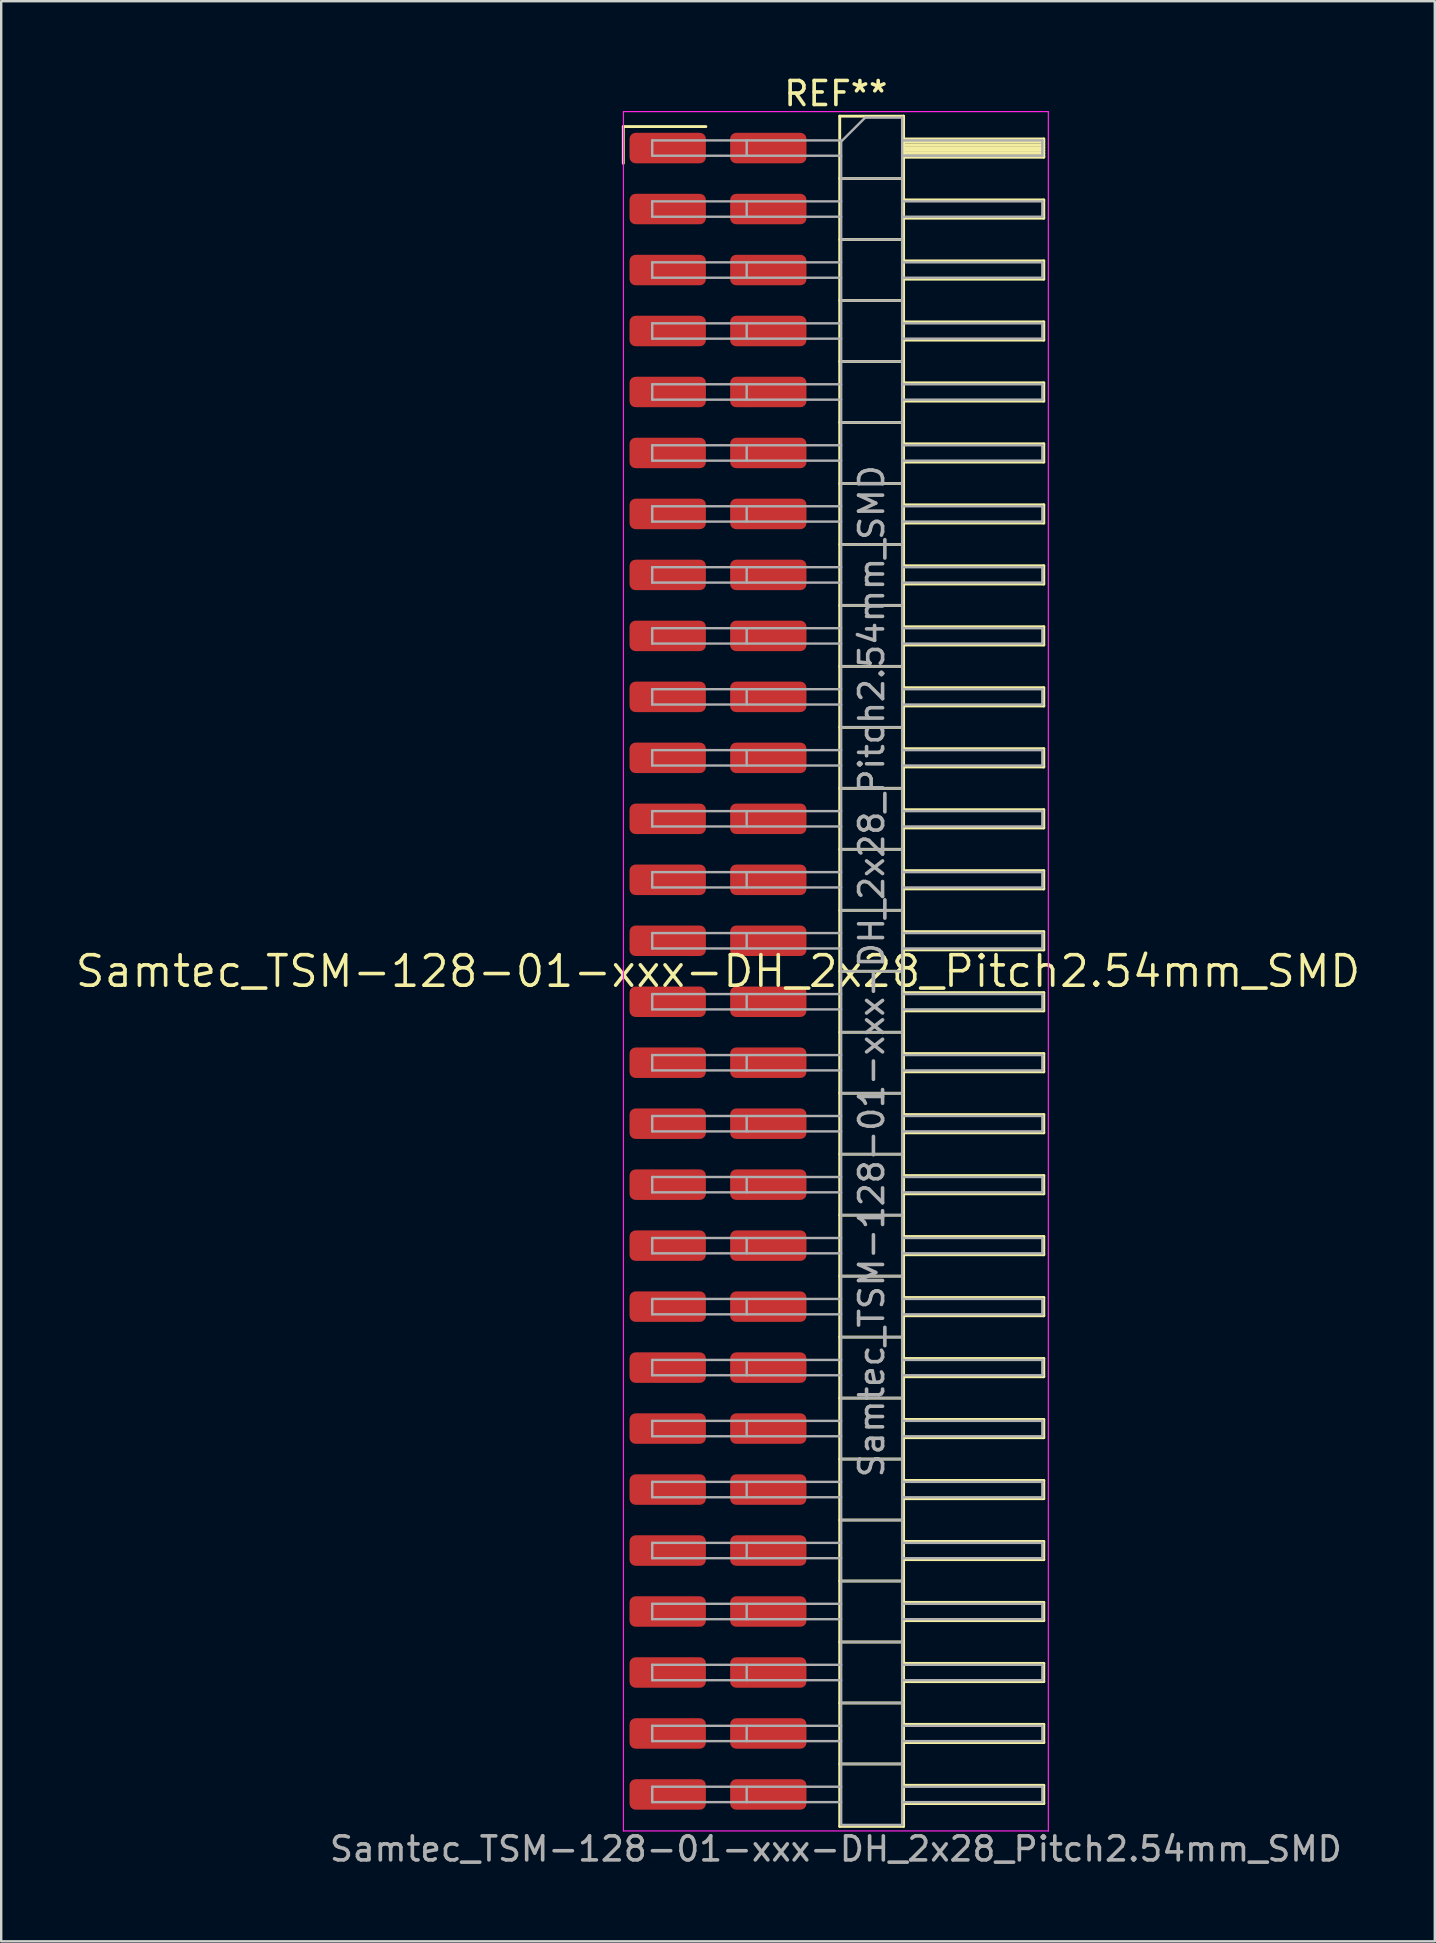
<source format=kicad_pcb>
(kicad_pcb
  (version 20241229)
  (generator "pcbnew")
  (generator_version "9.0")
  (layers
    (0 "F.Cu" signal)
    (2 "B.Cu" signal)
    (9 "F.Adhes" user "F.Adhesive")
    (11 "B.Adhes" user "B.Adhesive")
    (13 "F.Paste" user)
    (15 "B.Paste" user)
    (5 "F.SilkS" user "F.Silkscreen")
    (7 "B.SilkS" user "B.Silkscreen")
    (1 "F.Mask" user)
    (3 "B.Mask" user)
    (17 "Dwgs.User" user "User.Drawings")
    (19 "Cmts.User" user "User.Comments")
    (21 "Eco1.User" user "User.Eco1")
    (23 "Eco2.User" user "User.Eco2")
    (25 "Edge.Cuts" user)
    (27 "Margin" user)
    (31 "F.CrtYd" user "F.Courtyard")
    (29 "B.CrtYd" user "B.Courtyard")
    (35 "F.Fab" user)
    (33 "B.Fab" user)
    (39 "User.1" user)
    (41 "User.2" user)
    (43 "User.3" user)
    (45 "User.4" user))
  (footprint "Samtec_TSM-128-01-xxx-DH_2x28_Pitch2.54mm_SMD"
    (layer "F.Cu")
    (at 26.859 37.408)
    (property "Reference" "Samtec_TSM-128-01-xxx-DH_2x28_Pitch2.54mm_SMD" (at 0 0 0) (layer "F.SilkS") (effects (font (size 1.27 1.27) (thickness 0.15))))
    (attr smd)
    (fp_line (start -3.945 -35.185) (end -0.505 -35.185) (stroke (width 0.12) (type solid)) (layer "F.SilkS"))
    (fp_line (start -3.945 -33.655) (end -3.945 -35.185) (stroke (width 0.12) (type solid)) (layer "F.SilkS"))
    (fp_line (start 5.07 -35.62) (end 7.73 -35.62) (stroke (width 0.12) (type solid)) (layer "F.SilkS"))
    (fp_line (start 5.07 -33.02) (end 7.73 -33.02) (stroke (width 0.12) (type solid)) (layer "F.SilkS"))
    (fp_line (start 5.07 -30.48) (end 7.73 -30.48) (stroke (width 0.12) (type solid)) (layer "F.SilkS"))
    (fp_line (start 5.07 -27.94) (end 7.73 -27.94) (stroke (width 0.12) (type solid)) (layer "F.SilkS"))
    (fp_line (start 5.07 -25.4) (end 7.73 -25.4) (stroke (width 0.12) (type solid)) (layer "F.SilkS"))
    (fp_line (start 5.07 -22.86) (end 7.73 -22.86) (stroke (width 0.12) (type solid)) (layer "F.SilkS"))
    (fp_line (start 5.07 -20.32) (end 7.73 -20.32) (stroke (width 0.12) (type solid)) (layer "F.SilkS"))
    (fp_line (start 5.07 -17.78) (end 7.73 -17.78) (stroke (width 0.12) (type solid)) (layer "F.SilkS"))
    (fp_line (start 5.07 -15.24) (end 7.73 -15.24) (stroke (width 0.12) (type solid)) (layer "F.SilkS"))
    (fp_line (start 5.07 -12.7) (end 7.73 -12.7) (stroke (width 0.12) (type solid)) (layer "F.SilkS"))
    (fp_line (start 5.07 -10.16) (end 7.73 -10.16) (stroke (width 0.12) (type solid)) (layer "F.SilkS"))
    (fp_line (start 5.07 -7.62) (end 7.73 -7.62) (stroke (width 0.12) (type solid)) (layer "F.SilkS"))
    (fp_line (start 5.07 -5.08) (end 7.73 -5.08) (stroke (width 0.12) (type solid)) (layer "F.SilkS"))
    (fp_line (start 5.07 -2.54) (end 7.73 -2.54) (stroke (width 0.12) (type solid)) (layer "F.SilkS"))
    (fp_line (start 5.07 0) (end 7.73 0) (stroke (width 0.12) (type solid)) (layer "F.SilkS"))
    (fp_line (start 5.07 2.54) (end 7.73 2.54) (stroke (width 0.12) (type solid)) (layer "F.SilkS"))
    (fp_line (start 5.07 5.08) (end 7.73 5.08) (stroke (width 0.12) (type solid)) (layer "F.SilkS"))
    (fp_line (start 5.07 7.62) (end 7.73 7.62) (stroke (width 0.12) (type solid)) (layer "F.SilkS"))
    (fp_line (start 5.07 10.16) (end 7.73 10.16) (stroke (width 0.12) (type solid)) (layer "F.SilkS"))
    (fp_line (start 5.07 12.7) (end 7.73 12.7) (stroke (width 0.12) (type solid)) (layer "F.SilkS"))
    (fp_line (start 5.07 15.24) (end 7.73 15.24) (stroke (width 0.12) (type solid)) (layer "F.SilkS"))
    (fp_line (start 5.07 17.78) (end 7.73 17.78) (stroke (width 0.12) (type solid)) (layer "F.SilkS"))
    (fp_line (start 5.07 20.32) (end 7.73 20.32) (stroke (width 0.12) (type solid)) (layer "F.SilkS"))
    (fp_line (start 5.07 22.86) (end 7.73 22.86) (stroke (width 0.12) (type solid)) (layer "F.SilkS"))
    (fp_line (start 5.07 25.4) (end 7.73 25.4) (stroke (width 0.12) (type solid)) (layer "F.SilkS"))
    (fp_line (start 5.07 27.94) (end 7.73 27.94) (stroke (width 0.12) (type solid)) (layer "F.SilkS"))
    (fp_line (start 5.07 30.48) (end 7.73 30.48) (stroke (width 0.12) (type solid)) (layer "F.SilkS"))
    (fp_line (start 5.07 33.02) (end 7.73 33.02) (stroke (width 0.12) (type solid)) (layer "F.SilkS"))
    (fp_line (start 5.07 35.62) (end 5.07 -35.62) (stroke (width 0.12) (type solid)) (layer "F.SilkS"))
    (fp_line (start 7.73 -35.62) (end 7.73 35.62) (stroke (width 0.12) (type solid)) (layer "F.SilkS"))
    (fp_line (start 7.73 -34.67) (end 13.57 -34.67) (stroke (width 0.12) (type solid)) (layer "F.SilkS"))
    (fp_line (start 7.73 -34.55) (end 13.57 -34.55) (stroke (width 0.12) (type solid)) (layer "F.SilkS"))
    (fp_line (start 7.73 -34.43) (end 13.57 -34.43) (stroke (width 0.12) (type solid)) (layer "F.SilkS"))
    (fp_line (start 7.73 -34.31) (end 13.57 -34.31) (stroke (width 0.12) (type solid)) (layer "F.SilkS"))
    (fp_line (start 7.73 -34.19) (end 13.57 -34.19) (stroke (width 0.12) (type solid)) (layer "F.SilkS"))
    (fp_line (start 7.73 -34.07) (end 13.57 -34.07) (stroke (width 0.12) (type solid)) (layer "F.SilkS"))
    (fp_line (start 7.73 -33.95) (end 13.57 -33.95) (stroke (width 0.12) (type solid)) (layer "F.SilkS"))
    (fp_line (start 7.73 -33.91) (end 13.57 -33.91) (stroke (width 0.12) (type solid)) (layer "F.SilkS"))
    (fp_line (start 7.73 -32.13) (end 13.57 -32.13) (stroke (width 0.12) (type solid)) (layer "F.SilkS"))
    (fp_line (start 7.73 -31.37) (end 13.57 -31.37) (stroke (width 0.12) (type solid)) (layer "F.SilkS"))
    (fp_line (start 7.73 -29.59) (end 13.57 -29.59) (stroke (width 0.12) (type solid)) (layer "F.SilkS"))
    (fp_line (start 7.73 -28.83) (end 13.57 -28.83) (stroke (width 0.12) (type solid)) (layer "F.SilkS"))
    (fp_line (start 7.73 -27.05) (end 13.57 -27.05) (stroke (width 0.12) (type solid)) (layer "F.SilkS"))
    (fp_line (start 7.73 -26.29) (end 13.57 -26.29) (stroke (width 0.12) (type solid)) (layer "F.SilkS"))
    (fp_line (start 7.73 -24.51) (end 13.57 -24.51) (stroke (width 0.12) (type solid)) (layer "F.SilkS"))
    (fp_line (start 7.73 -23.75) (end 13.57 -23.75) (stroke (width 0.12) (type solid)) (layer "F.SilkS"))
    (fp_line (start 7.73 -21.97) (end 13.57 -21.97) (stroke (width 0.12) (type solid)) (layer "F.SilkS"))
    (fp_line (start 7.73 -21.21) (end 13.57 -21.21) (stroke (width 0.12) (type solid)) (layer "F.SilkS"))
    (fp_line (start 7.73 -19.43) (end 13.57 -19.43) (stroke (width 0.12) (type solid)) (layer "F.SilkS"))
    (fp_line (start 7.73 -18.67) (end 13.57 -18.67) (stroke (width 0.12) (type solid)) (layer "F.SilkS"))
    (fp_line (start 7.73 -16.89) (end 13.57 -16.89) (stroke (width 0.12) (type solid)) (layer "F.SilkS"))
    (fp_line (start 7.73 -16.13) (end 13.57 -16.13) (stroke (width 0.12) (type solid)) (layer "F.SilkS"))
    (fp_line (start 7.73 -14.35) (end 13.57 -14.35) (stroke (width 0.12) (type solid)) (layer "F.SilkS"))
    (fp_line (start 7.73 -13.59) (end 13.57 -13.59) (stroke (width 0.12) (type solid)) (layer "F.SilkS"))
    (fp_line (start 7.73 -11.81) (end 13.57 -11.81) (stroke (width 0.12) (type solid)) (layer "F.SilkS"))
    (fp_line (start 7.73 -11.05) (end 13.57 -11.05) (stroke (width 0.12) (type solid)) (layer "F.SilkS"))
    (fp_line (start 7.73 -9.27) (end 13.57 -9.27) (stroke (width 0.12) (type solid)) (layer "F.SilkS"))
    (fp_line (start 7.73 -8.51) (end 13.57 -8.51) (stroke (width 0.12) (type solid)) (layer "F.SilkS"))
    (fp_line (start 7.73 -6.73) (end 13.57 -6.73) (stroke (width 0.12) (type solid)) (layer "F.SilkS"))
    (fp_line (start 7.73 -5.97) (end 13.57 -5.97) (stroke (width 0.12) (type solid)) (layer "F.SilkS"))
    (fp_line (start 7.73 -4.19) (end 13.57 -4.19) (stroke (width 0.12) (type solid)) (layer "F.SilkS"))
    (fp_line (start 7.73 -3.43) (end 13.57 -3.43) (stroke (width 0.12) (type solid)) (layer "F.SilkS"))
    (fp_line (start 7.73 -1.65) (end 13.57 -1.65) (stroke (width 0.12) (type solid)) (layer "F.SilkS"))
    (fp_line (start 7.73 -0.89) (end 13.57 -0.89) (stroke (width 0.12) (type solid)) (layer "F.SilkS"))
    (fp_line (start 7.73 0.89) (end 13.57 0.89) (stroke (width 0.12) (type solid)) (layer "F.SilkS"))
    (fp_line (start 7.73 1.65) (end 13.57 1.65) (stroke (width 0.12) (type solid)) (layer "F.SilkS"))
    (fp_line (start 7.73 3.43) (end 13.57 3.43) (stroke (width 0.12) (type solid)) (layer "F.SilkS"))
    (fp_line (start 7.73 4.19) (end 13.57 4.19) (stroke (width 0.12) (type solid)) (layer "F.SilkS"))
    (fp_line (start 7.73 5.97) (end 13.57 5.97) (stroke (width 0.12) (type solid)) (layer "F.SilkS"))
    (fp_line (start 7.73 6.73) (end 13.57 6.73) (stroke (width 0.12) (type solid)) (layer "F.SilkS"))
    (fp_line (start 7.73 8.51) (end 13.57 8.51) (stroke (width 0.12) (type solid)) (layer "F.SilkS"))
    (fp_line (start 7.73 9.27) (end 13.57 9.27) (stroke (width 0.12) (type solid)) (layer "F.SilkS"))
    (fp_line (start 7.73 11.05) (end 13.57 11.05) (stroke (width 0.12) (type solid)) (layer "F.SilkS"))
    (fp_line (start 7.73 11.81) (end 13.57 11.81) (stroke (width 0.12) (type solid)) (layer "F.SilkS"))
    (fp_line (start 7.73 13.59) (end 13.57 13.59) (stroke (width 0.12) (type solid)) (layer "F.SilkS"))
    (fp_line (start 7.73 14.35) (end 13.57 14.35) (stroke (width 0.12) (type solid)) (layer "F.SilkS"))
    (fp_line (start 7.73 16.13) (end 13.57 16.13) (stroke (width 0.12) (type solid)) (layer "F.SilkS"))
    (fp_line (start 7.73 16.89) (end 13.57 16.89) (stroke (width 0.12) (type solid)) (layer "F.SilkS"))
    (fp_line (start 7.73 18.67) (end 13.57 18.67) (stroke (width 0.12) (type solid)) (layer "F.SilkS"))
    (fp_line (start 7.73 19.43) (end 13.57 19.43) (stroke (width 0.12) (type solid)) (layer "F.SilkS"))
    (fp_line (start 7.73 21.21) (end 13.57 21.21) (stroke (width 0.12) (type solid)) (layer "F.SilkS"))
    (fp_line (start 7.73 21.97) (end 13.57 21.97) (stroke (width 0.12) (type solid)) (layer "F.SilkS"))
    (fp_line (start 7.73 23.75) (end 13.57 23.75) (stroke (width 0.12) (type solid)) (layer "F.SilkS"))
    (fp_line (start 7.73 24.51) (end 13.57 24.51) (stroke (width 0.12) (type solid)) (layer "F.SilkS"))
    (fp_line (start 7.73 26.29) (end 13.57 26.29) (stroke (width 0.12) (type solid)) (layer "F.SilkS"))
    (fp_line (start 7.73 27.05) (end 13.57 27.05) (stroke (width 0.12) (type solid)) (layer "F.SilkS"))
    (fp_line (start 7.73 28.83) (end 13.57 28.83) (stroke (width 0.12) (type solid)) (layer "F.SilkS"))
    (fp_line (start 7.73 29.59) (end 13.57 29.59) (stroke (width 0.12) (type solid)) (layer "F.SilkS"))
    (fp_line (start 7.73 31.37) (end 13.57 31.37) (stroke (width 0.12) (type solid)) (layer "F.SilkS"))
    (fp_line (start 7.73 32.13) (end 13.57 32.13) (stroke (width 0.12) (type solid)) (layer "F.SilkS"))
    (fp_line (start 7.73 33.91) (end 13.57 33.91) (stroke (width 0.12) (type solid)) (layer "F.SilkS"))
    (fp_line (start 7.73 34.67) (end 13.57 34.67) (stroke (width 0.12) (type solid)) (layer "F.SilkS"))
    (fp_line (start 7.73 35.62) (end 5.07 35.62) (stroke (width 0.12) (type solid)) (layer "F.SilkS"))
    (fp_line (start 13.57 -34.67) (end 13.57 -33.91) (stroke (width 0.12) (type solid)) (layer "F.SilkS"))
    (fp_line (start 13.57 -32.13) (end 13.57 -31.37) (stroke (width 0.12) (type solid)) (layer "F.SilkS"))
    (fp_line (start 13.57 -29.59) (end 13.57 -28.83) (stroke (width 0.12) (type solid)) (layer "F.SilkS"))
    (fp_line (start 13.57 -27.05) (end 13.57 -26.29) (stroke (width 0.12) (type solid)) (layer "F.SilkS"))
    (fp_line (start 13.57 -24.51) (end 13.57 -23.75) (stroke (width 0.12) (type solid)) (layer "F.SilkS"))
    (fp_line (start 13.57 -21.97) (end 13.57 -21.21) (stroke (width 0.12) (type solid)) (layer "F.SilkS"))
    (fp_line (start 13.57 -19.43) (end 13.57 -18.67) (stroke (width 0.12) (type solid)) (layer "F.SilkS"))
    (fp_line (start 13.57 -16.89) (end 13.57 -16.13) (stroke (width 0.12) (type solid)) (layer "F.SilkS"))
    (fp_line (start 13.57 -14.35) (end 13.57 -13.59) (stroke (width 0.12) (type solid)) (layer "F.SilkS"))
    (fp_line (start 13.57 -11.81) (end 13.57 -11.05) (stroke (width 0.12) (type solid)) (layer "F.SilkS"))
    (fp_line (start 13.57 -9.27) (end 13.57 -8.51) (stroke (width 0.12) (type solid)) (layer "F.SilkS"))
    (fp_line (start 13.57 -6.73) (end 13.57 -5.97) (stroke (width 0.12) (type solid)) (layer "F.SilkS"))
    (fp_line (start 13.57 -4.19) (end 13.57 -3.43) (stroke (width 0.12) (type solid)) (layer "F.SilkS"))
    (fp_line (start 13.57 -1.65) (end 13.57 -0.89) (stroke (width 0.12) (type solid)) (layer "F.SilkS"))
    (fp_line (start 13.57 0.89) (end 13.57 1.65) (stroke (width 0.12) (type solid)) (layer "F.SilkS"))
    (fp_line (start 13.57 3.43) (end 13.57 4.19) (stroke (width 0.12) (type solid)) (layer "F.SilkS"))
    (fp_line (start 13.57 5.97) (end 13.57 6.73) (stroke (width 0.12) (type solid)) (layer "F.SilkS"))
    (fp_line (start 13.57 8.51) (end 13.57 9.27) (stroke (width 0.12) (type solid)) (layer "F.SilkS"))
    (fp_line (start 13.57 11.05) (end 13.57 11.81) (stroke (width 0.12) (type solid)) (layer "F.SilkS"))
    (fp_line (start 13.57 13.59) (end 13.57 14.35) (stroke (width 0.12) (type solid)) (layer "F.SilkS"))
    (fp_line (start 13.57 16.13) (end 13.57 16.89) (stroke (width 0.12) (type solid)) (layer "F.SilkS"))
    (fp_line (start 13.57 18.67) (end 13.57 19.43) (stroke (width 0.12) (type solid)) (layer "F.SilkS"))
    (fp_line (start 13.57 21.21) (end 13.57 21.97) (stroke (width 0.12) (type solid)) (layer "F.SilkS"))
    (fp_line (start 13.57 23.75) (end 13.57 24.51) (stroke (width 0.12) (type solid)) (layer "F.SilkS"))
    (fp_line (start 13.57 26.29) (end 13.57 27.05) (stroke (width 0.12) (type solid)) (layer "F.SilkS"))
    (fp_line (start 13.57 28.83) (end 13.57 29.59) (stroke (width 0.12) (type solid)) (layer "F.SilkS"))
    (fp_line (start 13.57 31.37) (end 13.57 32.13) (stroke (width 0.12) (type solid)) (layer "F.SilkS"))
    (fp_line (start 13.57 33.91) (end 13.57 34.67) (stroke (width 0.12) (type solid)) (layer "F.SilkS"))
    (fp_line (start -3.94 -35.81) (end 13.76 -35.81) (stroke (width 0.05) (type solid)) (layer "F.CrtYd"))
    (fp_line (start -3.94 35.81) (end -3.94 -35.81) (stroke (width 0.05) (type solid)) (layer "F.CrtYd"))
    (fp_line (start 13.76 -35.81) (end 13.76 35.81) (stroke (width 0.05) (type solid)) (layer "F.CrtYd"))
    (fp_line (start 13.76 35.81) (end -3.94 35.81) (stroke (width 0.05) (type solid)) (layer "F.CrtYd"))
    (fp_line (start -2.74 -34.61) (end -2.74 -33.97) (stroke (width 0.1) (type solid)) (layer "F.Fab"))
    (fp_line (start -2.74 -34.61) (end 5.13 -34.61) (stroke (width 0.1) (type solid)) (layer "F.Fab"))
    (fp_line (start -2.74 -33.97) (end 5.13 -33.97) (stroke (width 0.1) (type solid)) (layer "F.Fab"))
    (fp_line (start -2.74 -32.07) (end -2.74 -31.43) (stroke (width 0.1) (type solid)) (layer "F.Fab"))
    (fp_line (start -2.74 -32.07) (end 5.13 -32.07) (stroke (width 0.1) (type solid)) (layer "F.Fab"))
    (fp_line (start -2.74 -31.43) (end 5.13 -31.43) (stroke (width 0.1) (type solid)) (layer "F.Fab"))
    (fp_line (start -2.74 -29.53) (end -2.74 -28.89) (stroke (width 0.1) (type solid)) (layer "F.Fab"))
    (fp_line (start -2.74 -29.53) (end 5.13 -29.53) (stroke (width 0.1) (type solid)) (layer "F.Fab"))
    (fp_line (start -2.74 -28.89) (end 5.13 -28.89) (stroke (width 0.1) (type solid)) (layer "F.Fab"))
    (fp_line (start -2.74 -26.99) (end -2.74 -26.35) (stroke (width 0.1) (type solid)) (layer "F.Fab"))
    (fp_line (start -2.74 -26.99) (end 5.13 -26.99) (stroke (width 0.1) (type solid)) (layer "F.Fab"))
    (fp_line (start -2.74 -26.35) (end 5.13 -26.35) (stroke (width 0.1) (type solid)) (layer "F.Fab"))
    (fp_line (start -2.74 -24.45) (end -2.74 -23.81) (stroke (width 0.1) (type solid)) (layer "F.Fab"))
    (fp_line (start -2.74 -24.45) (end 5.13 -24.45) (stroke (width 0.1) (type solid)) (layer "F.Fab"))
    (fp_line (start -2.74 -23.81) (end 5.13 -23.81) (stroke (width 0.1) (type solid)) (layer "F.Fab"))
    (fp_line (start -2.74 -21.91) (end -2.74 -21.27) (stroke (width 0.1) (type solid)) (layer "F.Fab"))
    (fp_line (start -2.74 -21.91) (end 5.13 -21.91) (stroke (width 0.1) (type solid)) (layer "F.Fab"))
    (fp_line (start -2.74 -21.27) (end 5.13 -21.27) (stroke (width 0.1) (type solid)) (layer "F.Fab"))
    (fp_line (start -2.74 -19.37) (end -2.74 -18.73) (stroke (width 0.1) (type solid)) (layer "F.Fab"))
    (fp_line (start -2.74 -19.37) (end 5.13 -19.37) (stroke (width 0.1) (type solid)) (layer "F.Fab"))
    (fp_line (start -2.74 -18.73) (end 5.13 -18.73) (stroke (width 0.1) (type solid)) (layer "F.Fab"))
    (fp_line (start -2.74 -16.83) (end -2.74 -16.19) (stroke (width 0.1) (type solid)) (layer "F.Fab"))
    (fp_line (start -2.74 -16.83) (end 5.13 -16.83) (stroke (width 0.1) (type solid)) (layer "F.Fab"))
    (fp_line (start -2.74 -16.19) (end 5.13 -16.19) (stroke (width 0.1) (type solid)) (layer "F.Fab"))
    (fp_line (start -2.74 -14.29) (end -2.74 -13.65) (stroke (width 0.1) (type solid)) (layer "F.Fab"))
    (fp_line (start -2.74 -14.29) (end 5.13 -14.29) (stroke (width 0.1) (type solid)) (layer "F.Fab"))
    (fp_line (start -2.74 -13.65) (end 5.13 -13.65) (stroke (width 0.1) (type solid)) (layer "F.Fab"))
    (fp_line (start -2.74 -11.75) (end -2.74 -11.11) (stroke (width 0.1) (type solid)) (layer "F.Fab"))
    (fp_line (start -2.74 -11.75) (end 5.13 -11.75) (stroke (width 0.1) (type solid)) (layer "F.Fab"))
    (fp_line (start -2.74 -11.11) (end 5.13 -11.11) (stroke (width 0.1) (type solid)) (layer "F.Fab"))
    (fp_line (start -2.74 -9.21) (end -2.74 -8.57) (stroke (width 0.1) (type solid)) (layer "F.Fab"))
    (fp_line (start -2.74 -9.21) (end 5.13 -9.21) (stroke (width 0.1) (type solid)) (layer "F.Fab"))
    (fp_line (start -2.74 -8.57) (end 5.13 -8.57) (stroke (width 0.1) (type solid)) (layer "F.Fab"))
    (fp_line (start -2.74 -6.67) (end -2.74 -6.03) (stroke (width 0.1) (type solid)) (layer "F.Fab"))
    (fp_line (start -2.74 -6.67) (end 5.13 -6.67) (stroke (width 0.1) (type solid)) (layer "F.Fab"))
    (fp_line (start -2.74 -6.03) (end 5.13 -6.03) (stroke (width 0.1) (type solid)) (layer "F.Fab"))
    (fp_line (start -2.74 -4.13) (end -2.74 -3.49) (stroke (width 0.1) (type solid)) (layer "F.Fab"))
    (fp_line (start -2.74 -4.13) (end 5.13 -4.13) (stroke (width 0.1) (type solid)) (layer "F.Fab"))
    (fp_line (start -2.74 -3.49) (end 5.13 -3.49) (stroke (width 0.1) (type solid)) (layer "F.Fab"))
    (fp_line (start -2.74 -1.59) (end -2.74 -0.95) (stroke (width 0.1) (type solid)) (layer "F.Fab"))
    (fp_line (start -2.74 -1.59) (end 5.13 -1.59) (stroke (width 0.1) (type solid)) (layer "F.Fab"))
    (fp_line (start -2.74 -0.95) (end 5.13 -0.95) (stroke (width 0.1) (type solid)) (layer "F.Fab"))
    (fp_line (start -2.74 0.95) (end -2.74 1.59) (stroke (width 0.1) (type solid)) (layer "F.Fab"))
    (fp_line (start -2.74 0.95) (end 5.13 0.95) (stroke (width 0.1) (type solid)) (layer "F.Fab"))
    (fp_line (start -2.74 1.59) (end 5.13 1.59) (stroke (width 0.1) (type solid)) (layer "F.Fab"))
    (fp_line (start -2.74 3.49) (end -2.74 4.13) (stroke (width 0.1) (type solid)) (layer "F.Fab"))
    (fp_line (start -2.74 3.49) (end 5.13 3.49) (stroke (width 0.1) (type solid)) (layer "F.Fab"))
    (fp_line (start -2.74 4.13) (end 5.13 4.13) (stroke (width 0.1) (type solid)) (layer "F.Fab"))
    (fp_line (start -2.74 6.03) (end -2.74 6.67) (stroke (width 0.1) (type solid)) (layer "F.Fab"))
    (fp_line (start -2.74 6.03) (end 5.13 6.03) (stroke (width 0.1) (type solid)) (layer "F.Fab"))
    (fp_line (start -2.74 6.67) (end 5.13 6.67) (stroke (width 0.1) (type solid)) (layer "F.Fab"))
    (fp_line (start -2.74 8.57) (end -2.74 9.21) (stroke (width 0.1) (type solid)) (layer "F.Fab"))
    (fp_line (start -2.74 8.57) (end 5.13 8.57) (stroke (width 0.1) (type solid)) (layer "F.Fab"))
    (fp_line (start -2.74 9.21) (end 5.13 9.21) (stroke (width 0.1) (type solid)) (layer "F.Fab"))
    (fp_line (start -2.74 11.11) (end -2.74 11.75) (stroke (width 0.1) (type solid)) (layer "F.Fab"))
    (fp_line (start -2.74 11.11) (end 5.13 11.11) (stroke (width 0.1) (type solid)) (layer "F.Fab"))
    (fp_line (start -2.74 11.75) (end 5.13 11.75) (stroke (width 0.1) (type solid)) (layer "F.Fab"))
    (fp_line (start -2.74 13.65) (end -2.74 14.29) (stroke (width 0.1) (type solid)) (layer "F.Fab"))
    (fp_line (start -2.74 13.65) (end 5.13 13.65) (stroke (width 0.1) (type solid)) (layer "F.Fab"))
    (fp_line (start -2.74 14.29) (end 5.13 14.29) (stroke (width 0.1) (type solid)) (layer "F.Fab"))
    (fp_line (start -2.74 16.19) (end -2.74 16.83) (stroke (width 0.1) (type solid)) (layer "F.Fab"))
    (fp_line (start -2.74 16.19) (end 5.13 16.19) (stroke (width 0.1) (type solid)) (layer "F.Fab"))
    (fp_line (start -2.74 16.83) (end 5.13 16.83) (stroke (width 0.1) (type solid)) (layer "F.Fab"))
    (fp_line (start -2.74 18.73) (end -2.74 19.37) (stroke (width 0.1) (type solid)) (layer "F.Fab"))
    (fp_line (start -2.74 18.73) (end 5.13 18.73) (stroke (width 0.1) (type solid)) (layer "F.Fab"))
    (fp_line (start -2.74 19.37) (end 5.13 19.37) (stroke (width 0.1) (type solid)) (layer "F.Fab"))
    (fp_line (start -2.74 21.27) (end -2.74 21.91) (stroke (width 0.1) (type solid)) (layer "F.Fab"))
    (fp_line (start -2.74 21.27) (end 5.13 21.27) (stroke (width 0.1) (type solid)) (layer "F.Fab"))
    (fp_line (start -2.74 21.91) (end 5.13 21.91) (stroke (width 0.1) (type solid)) (layer "F.Fab"))
    (fp_line (start -2.74 23.81) (end -2.74 24.45) (stroke (width 0.1) (type solid)) (layer "F.Fab"))
    (fp_line (start -2.74 23.81) (end 5.13 23.81) (stroke (width 0.1) (type solid)) (layer "F.Fab"))
    (fp_line (start -2.74 24.45) (end 5.13 24.45) (stroke (width 0.1) (type solid)) (layer "F.Fab"))
    (fp_line (start -2.74 26.35) (end -2.74 26.99) (stroke (width 0.1) (type solid)) (layer "F.Fab"))
    (fp_line (start -2.74 26.35) (end 5.13 26.35) (stroke (width 0.1) (type solid)) (layer "F.Fab"))
    (fp_line (start -2.74 26.99) (end 5.13 26.99) (stroke (width 0.1) (type solid)) (layer "F.Fab"))
    (fp_line (start -2.74 28.89) (end -2.74 29.53) (stroke (width 0.1) (type solid)) (layer "F.Fab"))
    (fp_line (start -2.74 28.89) (end 5.13 28.89) (stroke (width 0.1) (type solid)) (layer "F.Fab"))
    (fp_line (start -2.74 29.53) (end 5.13 29.53) (stroke (width 0.1) (type solid)) (layer "F.Fab"))
    (fp_line (start -2.74 31.43) (end -2.74 32.07) (stroke (width 0.1) (type solid)) (layer "F.Fab"))
    (fp_line (start -2.74 31.43) (end 5.13 31.43) (stroke (width 0.1) (type solid)) (layer "F.Fab"))
    (fp_line (start -2.74 32.07) (end 5.13 32.07) (stroke (width 0.1) (type solid)) (layer "F.Fab"))
    (fp_line (start -2.74 33.97) (end -2.74 34.61) (stroke (width 0.1) (type solid)) (layer "F.Fab"))
    (fp_line (start -2.74 33.97) (end 5.13 33.97) (stroke (width 0.1) (type solid)) (layer "F.Fab"))
    (fp_line (start -2.74 34.61) (end 5.13 34.61) (stroke (width 0.1) (type solid)) (layer "F.Fab"))
    (fp_line (start 1.195 -34.61) (end 1.195 -33.97) (stroke (width 0.1) (type solid)) (layer "F.Fab"))
    (fp_line (start 1.195 -32.07) (end 1.195 -31.43) (stroke (width 0.1) (type solid)) (layer "F.Fab"))
    (fp_line (start 1.195 -29.53) (end 1.195 -28.89) (stroke (width 0.1) (type solid)) (layer "F.Fab"))
    (fp_line (start 1.195 -26.99) (end 1.195 -26.35) (stroke (width 0.1) (type solid)) (layer "F.Fab"))
    (fp_line (start 1.195 -24.45) (end 1.195 -23.81) (stroke (width 0.1) (type solid)) (layer "F.Fab"))
    (fp_line (start 1.195 -21.91) (end 1.195 -21.27) (stroke (width 0.1) (type solid)) (layer "F.Fab"))
    (fp_line (start 1.195 -19.37) (end 1.195 -18.73) (stroke (width 0.1) (type solid)) (layer "F.Fab"))
    (fp_line (start 1.195 -16.83) (end 1.195 -16.19) (stroke (width 0.1) (type solid)) (layer "F.Fab"))
    (fp_line (start 1.195 -14.29) (end 1.195 -13.65) (stroke (width 0.1) (type solid)) (layer "F.Fab"))
    (fp_line (start 1.195 -11.75) (end 1.195 -11.11) (stroke (width 0.1) (type solid)) (layer "F.Fab"))
    (fp_line (start 1.195 -9.21) (end 1.195 -8.57) (stroke (width 0.1) (type solid)) (layer "F.Fab"))
    (fp_line (start 1.195 -6.67) (end 1.195 -6.03) (stroke (width 0.1) (type solid)) (layer "F.Fab"))
    (fp_line (start 1.195 -4.13) (end 1.195 -3.49) (stroke (width 0.1) (type solid)) (layer "F.Fab"))
    (fp_line (start 1.195 -1.59) (end 1.195 -0.95) (stroke (width 0.1) (type solid)) (layer "F.Fab"))
    (fp_line (start 1.195 0.95) (end 1.195 1.59) (stroke (width 0.1) (type solid)) (layer "F.Fab"))
    (fp_line (start 1.195 3.49) (end 1.195 4.13) (stroke (width 0.1) (type solid)) (layer "F.Fab"))
    (fp_line (start 1.195 6.03) (end 1.195 6.67) (stroke (width 0.1) (type solid)) (layer "F.Fab"))
    (fp_line (start 1.195 8.57) (end 1.195 9.21) (stroke (width 0.1) (type solid)) (layer "F.Fab"))
    (fp_line (start 1.195 11.11) (end 1.195 11.75) (stroke (width 0.1) (type solid)) (layer "F.Fab"))
    (fp_line (start 1.195 13.65) (end 1.195 14.29) (stroke (width 0.1) (type solid)) (layer "F.Fab"))
    (fp_line (start 1.195 16.19) (end 1.195 16.83) (stroke (width 0.1) (type solid)) (layer "F.Fab"))
    (fp_line (start 1.195 18.73) (end 1.195 19.37) (stroke (width 0.1) (type solid)) (layer "F.Fab"))
    (fp_line (start 1.195 21.27) (end 1.195 21.91) (stroke (width 0.1) (type solid)) (layer "F.Fab"))
    (fp_line (start 1.195 23.81) (end 1.195 24.45) (stroke (width 0.1) (type solid)) (layer "F.Fab"))
    (fp_line (start 1.195 26.35) (end 1.195 26.99) (stroke (width 0.1) (type solid)) (layer "F.Fab"))
    (fp_line (start 1.195 28.89) (end 1.195 29.53) (stroke (width 0.1) (type solid)) (layer "F.Fab"))
    (fp_line (start 1.195 31.43) (end 1.195 32.07) (stroke (width 0.1) (type solid)) (layer "F.Fab"))
    (fp_line (start 1.195 33.97) (end 1.195 34.61) (stroke (width 0.1) (type solid)) (layer "F.Fab"))
    (fp_line (start 5.13 -34.56) (end 6.13 -35.56) (stroke (width 0.1) (type solid)) (layer "F.Fab"))
    (fp_line (start 5.13 -33.02) (end 7.67 -33.02) (stroke (width 0.1) (type solid)) (layer "F.Fab"))
    (fp_line (start 5.13 -30.48) (end 7.67 -30.48) (stroke (width 0.1) (type solid)) (layer "F.Fab"))
    (fp_line (start 5.13 -27.94) (end 7.67 -27.94) (stroke (width 0.1) (type solid)) (layer "F.Fab"))
    (fp_line (start 5.13 -25.4) (end 7.67 -25.4) (stroke (width 0.1) (type solid)) (layer "F.Fab"))
    (fp_line (start 5.13 -22.86) (end 7.67 -22.86) (stroke (width 0.1) (type solid)) (layer "F.Fab"))
    (fp_line (start 5.13 -20.32) (end 7.67 -20.32) (stroke (width 0.1) (type solid)) (layer "F.Fab"))
    (fp_line (start 5.13 -17.78) (end 7.67 -17.78) (stroke (width 0.1) (type solid)) (layer "F.Fab"))
    (fp_line (start 5.13 -15.24) (end 7.67 -15.24) (stroke (width 0.1) (type solid)) (layer "F.Fab"))
    (fp_line (start 5.13 -12.7) (end 7.67 -12.7) (stroke (width 0.1) (type solid)) (layer "F.Fab"))
    (fp_line (start 5.13 -10.16) (end 7.67 -10.16) (stroke (width 0.1) (type solid)) (layer "F.Fab"))
    (fp_line (start 5.13 -7.62) (end 7.67 -7.62) (stroke (width 0.1) (type solid)) (layer "F.Fab"))
    (fp_line (start 5.13 -5.08) (end 7.67 -5.08) (stroke (width 0.1) (type solid)) (layer "F.Fab"))
    (fp_line (start 5.13 -2.54) (end 7.67 -2.54) (stroke (width 0.1) (type solid)) (layer "F.Fab"))
    (fp_line (start 5.13 0) (end 7.67 0) (stroke (width 0.1) (type solid)) (layer "F.Fab"))
    (fp_line (start 5.13 2.54) (end 7.67 2.54) (stroke (width 0.1) (type solid)) (layer "F.Fab"))
    (fp_line (start 5.13 5.08) (end 7.67 5.08) (stroke (width 0.1) (type solid)) (layer "F.Fab"))
    (fp_line (start 5.13 7.62) (end 7.67 7.62) (stroke (width 0.1) (type solid)) (layer "F.Fab"))
    (fp_line (start 5.13 10.16) (end 7.67 10.16) (stroke (width 0.1) (type solid)) (layer "F.Fab"))
    (fp_line (start 5.13 12.7) (end 7.67 12.7) (stroke (width 0.1) (type solid)) (layer "F.Fab"))
    (fp_line (start 5.13 15.24) (end 7.67 15.24) (stroke (width 0.1) (type solid)) (layer "F.Fab"))
    (fp_line (start 5.13 17.78) (end 7.67 17.78) (stroke (width 0.1) (type solid)) (layer "F.Fab"))
    (fp_line (start 5.13 20.32) (end 7.67 20.32) (stroke (width 0.1) (type solid)) (layer "F.Fab"))
    (fp_line (start 5.13 22.86) (end 7.67 22.86) (stroke (width 0.1) (type solid)) (layer "F.Fab"))
    (fp_line (start 5.13 25.4) (end 7.67 25.4) (stroke (width 0.1) (type solid)) (layer "F.Fab"))
    (fp_line (start 5.13 27.94) (end 7.67 27.94) (stroke (width 0.1) (type solid)) (layer "F.Fab"))
    (fp_line (start 5.13 30.48) (end 7.67 30.48) (stroke (width 0.1) (type solid)) (layer "F.Fab"))
    (fp_line (start 5.13 33.02) (end 7.67 33.02) (stroke (width 0.1) (type solid)) (layer "F.Fab"))
    (fp_line (start 5.13 35.56) (end 5.13 -34.56) (stroke (width 0.1) (type solid)) (layer "F.Fab"))
    (fp_line (start 6.13 -35.56) (end 7.67 -35.56) (stroke (width 0.1) (type solid)) (layer "F.Fab"))
    (fp_line (start 7.67 -35.56) (end 7.67 35.56) (stroke (width 0.1) (type solid)) (layer "F.Fab"))
    (fp_line (start 7.67 -34.61) (end 13.51 -34.61) (stroke (width 0.1) (type solid)) (layer "F.Fab"))
    (fp_line (start 7.67 -33.97) (end 13.51 -33.97) (stroke (width 0.1) (type solid)) (layer "F.Fab"))
    (fp_line (start 7.67 -32.07) (end 13.51 -32.07) (stroke (width 0.1) (type solid)) (layer "F.Fab"))
    (fp_line (start 7.67 -31.43) (end 13.51 -31.43) (stroke (width 0.1) (type solid)) (layer "F.Fab"))
    (fp_line (start 7.67 -29.53) (end 13.51 -29.53) (stroke (width 0.1) (type solid)) (layer "F.Fab"))
    (fp_line (start 7.67 -28.89) (end 13.51 -28.89) (stroke (width 0.1) (type solid)) (layer "F.Fab"))
    (fp_line (start 7.67 -26.99) (end 13.51 -26.99) (stroke (width 0.1) (type solid)) (layer "F.Fab"))
    (fp_line (start 7.67 -26.35) (end 13.51 -26.35) (stroke (width 0.1) (type solid)) (layer "F.Fab"))
    (fp_line (start 7.67 -24.45) (end 13.51 -24.45) (stroke (width 0.1) (type solid)) (layer "F.Fab"))
    (fp_line (start 7.67 -23.81) (end 13.51 -23.81) (stroke (width 0.1) (type solid)) (layer "F.Fab"))
    (fp_line (start 7.67 -21.91) (end 13.51 -21.91) (stroke (width 0.1) (type solid)) (layer "F.Fab"))
    (fp_line (start 7.67 -21.27) (end 13.51 -21.27) (stroke (width 0.1) (type solid)) (layer "F.Fab"))
    (fp_line (start 7.67 -19.37) (end 13.51 -19.37) (stroke (width 0.1) (type solid)) (layer "F.Fab"))
    (fp_line (start 7.67 -18.73) (end 13.51 -18.73) (stroke (width 0.1) (type solid)) (layer "F.Fab"))
    (fp_line (start 7.67 -16.83) (end 13.51 -16.83) (stroke (width 0.1) (type solid)) (layer "F.Fab"))
    (fp_line (start 7.67 -16.19) (end 13.51 -16.19) (stroke (width 0.1) (type solid)) (layer "F.Fab"))
    (fp_line (start 7.67 -14.29) (end 13.51 -14.29) (stroke (width 0.1) (type solid)) (layer "F.Fab"))
    (fp_line (start 7.67 -13.65) (end 13.51 -13.65) (stroke (width 0.1) (type solid)) (layer "F.Fab"))
    (fp_line (start 7.67 -11.75) (end 13.51 -11.75) (stroke (width 0.1) (type solid)) (layer "F.Fab"))
    (fp_line (start 7.67 -11.11) (end 13.51 -11.11) (stroke (width 0.1) (type solid)) (layer "F.Fab"))
    (fp_line (start 7.67 -9.21) (end 13.51 -9.21) (stroke (width 0.1) (type solid)) (layer "F.Fab"))
    (fp_line (start 7.67 -8.57) (end 13.51 -8.57) (stroke (width 0.1) (type solid)) (layer "F.Fab"))
    (fp_line (start 7.67 -6.67) (end 13.51 -6.67) (stroke (width 0.1) (type solid)) (layer "F.Fab"))
    (fp_line (start 7.67 -6.03) (end 13.51 -6.03) (stroke (width 0.1) (type solid)) (layer "F.Fab"))
    (fp_line (start 7.67 -4.13) (end 13.51 -4.13) (stroke (width 0.1) (type solid)) (layer "F.Fab"))
    (fp_line (start 7.67 -3.49) (end 13.51 -3.49) (stroke (width 0.1) (type solid)) (layer "F.Fab"))
    (fp_line (start 7.67 -1.59) (end 13.51 -1.59) (stroke (width 0.1) (type solid)) (layer "F.Fab"))
    (fp_line (start 7.67 -0.95) (end 13.51 -0.95) (stroke (width 0.1) (type solid)) (layer "F.Fab"))
    (fp_line (start 7.67 0.95) (end 13.51 0.95) (stroke (width 0.1) (type solid)) (layer "F.Fab"))
    (fp_line (start 7.67 1.59) (end 13.51 1.59) (stroke (width 0.1) (type solid)) (layer "F.Fab"))
    (fp_line (start 7.67 3.49) (end 13.51 3.49) (stroke (width 0.1) (type solid)) (layer "F.Fab"))
    (fp_line (start 7.67 4.13) (end 13.51 4.13) (stroke (width 0.1) (type solid)) (layer "F.Fab"))
    (fp_line (start 7.67 6.03) (end 13.51 6.03) (stroke (width 0.1) (type solid)) (layer "F.Fab"))
    (fp_line (start 7.67 6.67) (end 13.51 6.67) (stroke (width 0.1) (type solid)) (layer "F.Fab"))
    (fp_line (start 7.67 8.57) (end 13.51 8.57) (stroke (width 0.1) (type solid)) (layer "F.Fab"))
    (fp_line (start 7.67 9.21) (end 13.51 9.21) (stroke (width 0.1) (type solid)) (layer "F.Fab"))
    (fp_line (start 7.67 11.11) (end 13.51 11.11) (stroke (width 0.1) (type solid)) (layer "F.Fab"))
    (fp_line (start 7.67 11.75) (end 13.51 11.75) (stroke (width 0.1) (type solid)) (layer "F.Fab"))
    (fp_line (start 7.67 13.65) (end 13.51 13.65) (stroke (width 0.1) (type solid)) (layer "F.Fab"))
    (fp_line (start 7.67 14.29) (end 13.51 14.29) (stroke (width 0.1) (type solid)) (layer "F.Fab"))
    (fp_line (start 7.67 16.19) (end 13.51 16.19) (stroke (width 0.1) (type solid)) (layer "F.Fab"))
    (fp_line (start 7.67 16.83) (end 13.51 16.83) (stroke (width 0.1) (type solid)) (layer "F.Fab"))
    (fp_line (start 7.67 18.73) (end 13.51 18.73) (stroke (width 0.1) (type solid)) (layer "F.Fab"))
    (fp_line (start 7.67 19.37) (end 13.51 19.37) (stroke (width 0.1) (type solid)) (layer "F.Fab"))
    (fp_line (start 7.67 21.27) (end 13.51 21.27) (stroke (width 0.1) (type solid)) (layer "F.Fab"))
    (fp_line (start 7.67 21.91) (end 13.51 21.91) (stroke (width 0.1) (type solid)) (layer "F.Fab"))
    (fp_line (start 7.67 23.81) (end 13.51 23.81) (stroke (width 0.1) (type solid)) (layer "F.Fab"))
    (fp_line (start 7.67 24.45) (end 13.51 24.45) (stroke (width 0.1) (type solid)) (layer "F.Fab"))
    (fp_line (start 7.67 26.35) (end 13.51 26.35) (stroke (width 0.1) (type solid)) (layer "F.Fab"))
    (fp_line (start 7.67 26.99) (end 13.51 26.99) (stroke (width 0.1) (type solid)) (layer "F.Fab"))
    (fp_line (start 7.67 28.89) (end 13.51 28.89) (stroke (width 0.1) (type solid)) (layer "F.Fab"))
    (fp_line (start 7.67 29.53) (end 13.51 29.53) (stroke (width 0.1) (type solid)) (layer "F.Fab"))
    (fp_line (start 7.67 31.43) (end 13.51 31.43) (stroke (width 0.1) (type solid)) (layer "F.Fab"))
    (fp_line (start 7.67 32.07) (end 13.51 32.07) (stroke (width 0.1) (type solid)) (layer "F.Fab"))
    (fp_line (start 7.67 33.97) (end 13.51 33.97) (stroke (width 0.1) (type solid)) (layer "F.Fab"))
    (fp_line (start 7.67 34.61) (end 13.51 34.61) (stroke (width 0.1) (type solid)) (layer "F.Fab"))
    (fp_line (start 7.67 35.56) (end 5.13 35.56) (stroke (width 0.1) (type solid)) (layer "F.Fab"))
    (fp_line (start 13.51 -34.61) (end 13.51 -33.97) (stroke (width 0.1) (type solid)) (layer "F.Fab"))
    (fp_line (start 13.51 -32.07) (end 13.51 -31.43) (stroke (width 0.1) (type solid)) (layer "F.Fab"))
    (fp_line (start 13.51 -29.53) (end 13.51 -28.89) (stroke (width 0.1) (type solid)) (layer "F.Fab"))
    (fp_line (start 13.51 -26.99) (end 13.51 -26.35) (stroke (width 0.1) (type solid)) (layer "F.Fab"))
    (fp_line (start 13.51 -24.45) (end 13.51 -23.81) (stroke (width 0.1) (type solid)) (layer "F.Fab"))
    (fp_line (start 13.51 -21.91) (end 13.51 -21.27) (stroke (width 0.1) (type solid)) (layer "F.Fab"))
    (fp_line (start 13.51 -19.37) (end 13.51 -18.73) (stroke (width 0.1) (type solid)) (layer "F.Fab"))
    (fp_line (start 13.51 -16.83) (end 13.51 -16.19) (stroke (width 0.1) (type solid)) (layer "F.Fab"))
    (fp_line (start 13.51 -14.29) (end 13.51 -13.65) (stroke (width 0.1) (type solid)) (layer "F.Fab"))
    (fp_line (start 13.51 -11.75) (end 13.51 -11.11) (stroke (width 0.1) (type solid)) (layer "F.Fab"))
    (fp_line (start 13.51 -9.21) (end 13.51 -8.57) (stroke (width 0.1) (type solid)) (layer "F.Fab"))
    (fp_line (start 13.51 -6.67) (end 13.51 -6.03) (stroke (width 0.1) (type solid)) (layer "F.Fab"))
    (fp_line (start 13.51 -4.13) (end 13.51 -3.49) (stroke (width 0.1) (type solid)) (layer "F.Fab"))
    (fp_line (start 13.51 -1.59) (end 13.51 -0.95) (stroke (width 0.1) (type solid)) (layer "F.Fab"))
    (fp_line (start 13.51 0.95) (end 13.51 1.59) (stroke (width 0.1) (type solid)) (layer "F.Fab"))
    (fp_line (start 13.51 3.49) (end 13.51 4.13) (stroke (width 0.1) (type solid)) (layer "F.Fab"))
    (fp_line (start 13.51 6.03) (end 13.51 6.67) (stroke (width 0.1) (type solid)) (layer "F.Fab"))
    (fp_line (start 13.51 8.57) (end 13.51 9.21) (stroke (width 0.1) (type solid)) (layer "F.Fab"))
    (fp_line (start 13.51 11.11) (end 13.51 11.75) (stroke (width 0.1) (type solid)) (layer "F.Fab"))
    (fp_line (start 13.51 13.65) (end 13.51 14.29) (stroke (width 0.1) (type solid)) (layer "F.Fab"))
    (fp_line (start 13.51 16.19) (end 13.51 16.83) (stroke (width 0.1) (type solid)) (layer "F.Fab"))
    (fp_line (start 13.51 18.73) (end 13.51 19.37) (stroke (width 0.1) (type solid)) (layer "F.Fab"))
    (fp_line (start 13.51 21.27) (end 13.51 21.91) (stroke (width 0.1) (type solid)) (layer "F.Fab"))
    (fp_line (start 13.51 23.81) (end 13.51 24.45) (stroke (width 0.1) (type solid)) (layer "F.Fab"))
    (fp_line (start 13.51 26.35) (end 13.51 26.99) (stroke (width 0.1) (type solid)) (layer "F.Fab"))
    (fp_line (start 13.51 28.89) (end 13.51 29.53) (stroke (width 0.1) (type solid)) (layer "F.Fab"))
    (fp_line (start 13.51 31.43) (end 13.51 32.07) (stroke (width 0.1) (type solid)) (layer "F.Fab"))
    (fp_line (start 13.51 33.97) (end 13.51 34.61) (stroke (width 0.1) (type solid)) (layer "F.Fab"))
    (fp_text user "REF**" (at 4.91 -36.56 0) (layer "F.SilkS") (effects (font (size 1 1) (thickness 0.15))))
    (fp_text user "Samtec_TSM-128-01-xxx-DH_2x28_Pitch2.54mm_SMD" (at 4.91 36.56 0) (layer "F.Fab") (effects (font (size 1 1) (thickness 0.15))))
    (fp_text user "${REFERENCE}" (at 6.4 0 90) (layer "F.Fab") (effects (font (size 1 1) (thickness 0.15))))
    (pad "1" smd roundrect (at -2.095 -34.29) (size 3.18 1.27) (layers "F.Cu" "F.Mask" "F.Paste") (roundrect_rratio 0.197))
    (pad "2" smd roundrect (at 2.095 -34.29) (size 3.18 1.27) (layers "F.Cu" "F.Mask" "F.Paste") (roundrect_rratio 0.197))
    (pad "3" smd roundrect (at -2.095 -31.75) (size 3.18 1.27) (layers "F.Cu" "F.Mask" "F.Paste") (roundrect_rratio 0.197))
    (pad "4" smd roundrect (at 2.095 -31.75) (size 3.18 1.27) (layers "F.Cu" "F.Mask" "F.Paste") (roundrect_rratio 0.197))
    (pad "5" smd roundrect (at -2.095 -29.21) (size 3.18 1.27) (layers "F.Cu" "F.Mask" "F.Paste") (roundrect_rratio 0.197))
    (pad "6" smd roundrect (at 2.095 -29.21) (size 3.18 1.27) (layers "F.Cu" "F.Mask" "F.Paste") (roundrect_rratio 0.197))
    (pad "7" smd roundrect (at -2.095 -26.67) (size 3.18 1.27) (layers "F.Cu" "F.Mask" "F.Paste") (roundrect_rratio 0.197))
    (pad "8" smd roundrect (at 2.095 -26.67) (size 3.18 1.27) (layers "F.Cu" "F.Mask" "F.Paste") (roundrect_rratio 0.197))
    (pad "9" smd roundrect (at -2.095 -24.13) (size 3.18 1.27) (layers "F.Cu" "F.Mask" "F.Paste") (roundrect_rratio 0.197))
    (pad "10" smd roundrect (at 2.095 -24.13) (size 3.18 1.27) (layers "F.Cu" "F.Mask" "F.Paste") (roundrect_rratio 0.197))
    (pad "11" smd roundrect (at -2.095 -21.59) (size 3.18 1.27) (layers "F.Cu" "F.Mask" "F.Paste") (roundrect_rratio 0.197))
    (pad "12" smd roundrect (at 2.095 -21.59) (size 3.18 1.27) (layers "F.Cu" "F.Mask" "F.Paste") (roundrect_rratio 0.197))
    (pad "13" smd roundrect (at -2.095 -19.05) (size 3.18 1.27) (layers "F.Cu" "F.Mask" "F.Paste") (roundrect_rratio 0.197))
    (pad "14" smd roundrect (at 2.095 -19.05) (size 3.18 1.27) (layers "F.Cu" "F.Mask" "F.Paste") (roundrect_rratio 0.197))
    (pad "15" smd roundrect (at -2.095 -16.51) (size 3.18 1.27) (layers "F.Cu" "F.Mask" "F.Paste") (roundrect_rratio 0.197))
    (pad "16" smd roundrect (at 2.095 -16.51) (size 3.18 1.27) (layers "F.Cu" "F.Mask" "F.Paste") (roundrect_rratio 0.197))
    (pad "17" smd roundrect (at -2.095 -13.97) (size 3.18 1.27) (layers "F.Cu" "F.Mask" "F.Paste") (roundrect_rratio 0.197))
    (pad "18" smd roundrect (at 2.095 -13.97) (size 3.18 1.27) (layers "F.Cu" "F.Mask" "F.Paste") (roundrect_rratio 0.197))
    (pad "19" smd roundrect (at -2.095 -11.43) (size 3.18 1.27) (layers "F.Cu" "F.Mask" "F.Paste") (roundrect_rratio 0.197))
    (pad "20" smd roundrect (at 2.095 -11.43) (size 3.18 1.27) (layers "F.Cu" "F.Mask" "F.Paste") (roundrect_rratio 0.197))
    (pad "21" smd roundrect (at -2.095 -8.89) (size 3.18 1.27) (layers "F.Cu" "F.Mask" "F.Paste") (roundrect_rratio 0.197))
    (pad "22" smd roundrect (at 2.095 -8.89) (size 3.18 1.27) (layers "F.Cu" "F.Mask" "F.Paste") (roundrect_rratio 0.197))
    (pad "23" smd roundrect (at -2.095 -6.35) (size 3.18 1.27) (layers "F.Cu" "F.Mask" "F.Paste") (roundrect_rratio 0.197))
    (pad "24" smd roundrect (at 2.095 -6.35) (size 3.18 1.27) (layers "F.Cu" "F.Mask" "F.Paste") (roundrect_rratio 0.197))
    (pad "25" smd roundrect (at -2.095 -3.81) (size 3.18 1.27) (layers "F.Cu" "F.Mask" "F.Paste") (roundrect_rratio 0.197))
    (pad "26" smd roundrect (at 2.095 -3.81) (size 3.18 1.27) (layers "F.Cu" "F.Mask" "F.Paste") (roundrect_rratio 0.197))
    (pad "27" smd roundrect (at -2.095 -1.27) (size 3.18 1.27) (layers "F.Cu" "F.Mask" "F.Paste") (roundrect_rratio 0.197))
    (pad "28" smd roundrect (at 2.095 -1.27) (size 3.18 1.27) (layers "F.Cu" "F.Mask" "F.Paste") (roundrect_rratio 0.197))
    (pad "29" smd roundrect (at -2.095 1.27) (size 3.18 1.27) (layers "F.Cu" "F.Mask" "F.Paste") (roundrect_rratio 0.197))
    (pad "30" smd roundrect (at 2.095 1.27) (size 3.18 1.27) (layers "F.Cu" "F.Mask" "F.Paste") (roundrect_rratio 0.197))
    (pad "31" smd roundrect (at -2.095 3.81) (size 3.18 1.27) (layers "F.Cu" "F.Mask" "F.Paste") (roundrect_rratio 0.197))
    (pad "32" smd roundrect (at 2.095 3.81) (size 3.18 1.27) (layers "F.Cu" "F.Mask" "F.Paste") (roundrect_rratio 0.197))
    (pad "33" smd roundrect (at -2.095 6.35) (size 3.18 1.27) (layers "F.Cu" "F.Mask" "F.Paste") (roundrect_rratio 0.197))
    (pad "34" smd roundrect (at 2.095 6.35) (size 3.18 1.27) (layers "F.Cu" "F.Mask" "F.Paste") (roundrect_rratio 0.197))
    (pad "35" smd roundrect (at -2.095 8.89) (size 3.18 1.27) (layers "F.Cu" "F.Mask" "F.Paste") (roundrect_rratio 0.197))
    (pad "36" smd roundrect (at 2.095 8.89) (size 3.18 1.27) (layers "F.Cu" "F.Mask" "F.Paste") (roundrect_rratio 0.197))
    (pad "37" smd roundrect (at -2.095 11.43) (size 3.18 1.27) (layers "F.Cu" "F.Mask" "F.Paste") (roundrect_rratio 0.197))
    (pad "38" smd roundrect (at 2.095 11.43) (size 3.18 1.27) (layers "F.Cu" "F.Mask" "F.Paste") (roundrect_rratio 0.197))
    (pad "39" smd roundrect (at -2.095 13.97) (size 3.18 1.27) (layers "F.Cu" "F.Mask" "F.Paste") (roundrect_rratio 0.197))
    (pad "40" smd roundrect (at 2.095 13.97) (size 3.18 1.27) (layers "F.Cu" "F.Mask" "F.Paste") (roundrect_rratio 0.197))
    (pad "41" smd roundrect (at -2.095 16.51) (size 3.18 1.27) (layers "F.Cu" "F.Mask" "F.Paste") (roundrect_rratio 0.197))
    (pad "42" smd roundrect (at 2.095 16.51) (size 3.18 1.27) (layers "F.Cu" "F.Mask" "F.Paste") (roundrect_rratio 0.197))
    (pad "43" smd roundrect (at -2.095 19.05) (size 3.18 1.27) (layers "F.Cu" "F.Mask" "F.Paste") (roundrect_rratio 0.197))
    (pad "44" smd roundrect (at 2.095 19.05) (size 3.18 1.27) (layers "F.Cu" "F.Mask" "F.Paste") (roundrect_rratio 0.197))
    (pad "45" smd roundrect (at -2.095 21.59) (size 3.18 1.27) (layers "F.Cu" "F.Mask" "F.Paste") (roundrect_rratio 0.197))
    (pad "46" smd roundrect (at 2.095 21.59) (size 3.18 1.27) (layers "F.Cu" "F.Mask" "F.Paste") (roundrect_rratio 0.197))
    (pad "47" smd roundrect (at -2.095 24.13) (size 3.18 1.27) (layers "F.Cu" "F.Mask" "F.Paste") (roundrect_rratio 0.197))
    (pad "48" smd roundrect (at 2.095 24.13) (size 3.18 1.27) (layers "F.Cu" "F.Mask" "F.Paste") (roundrect_rratio 0.197))
    (pad "49" smd roundrect (at -2.095 26.67) (size 3.18 1.27) (layers "F.Cu" "F.Mask" "F.Paste") (roundrect_rratio 0.197))
    (pad "50" smd roundrect (at 2.095 26.67) (size 3.18 1.27) (layers "F.Cu" "F.Mask" "F.Paste") (roundrect_rratio 0.197))
    (pad "51" smd roundrect (at -2.095 29.21) (size 3.18 1.27) (layers "F.Cu" "F.Mask" "F.Paste") (roundrect_rratio 0.197))
    (pad "52" smd roundrect (at 2.095 29.21) (size 3.18 1.27) (layers "F.Cu" "F.Mask" "F.Paste") (roundrect_rratio 0.197))
    (pad "53" smd roundrect (at -2.095 31.75) (size 3.18 1.27) (layers "F.Cu" "F.Mask" "F.Paste") (roundrect_rratio 0.197))
    (pad "54" smd roundrect (at 2.095 31.75) (size 3.18 1.27) (layers "F.Cu" "F.Mask" "F.Paste") (roundrect_rratio 0.197))
    (pad "55" smd roundrect (at -2.095 34.29) (size 3.18 1.27) (layers "F.Cu" "F.Mask" "F.Paste") (roundrect_rratio 0.197))
    (pad "56" smd roundrect (at 2.095 34.29) (size 3.18 1.27) (layers "F.Cu" "F.Mask" "F.Paste") (roundrect_rratio 0.197)))
  (gr_rect
    (start -3 -3)
    (end 56.717 77.817)
    (stroke (width 0.1) (type default))
    (fill no)
    (layer "Edge.Cuts")))
</source>
